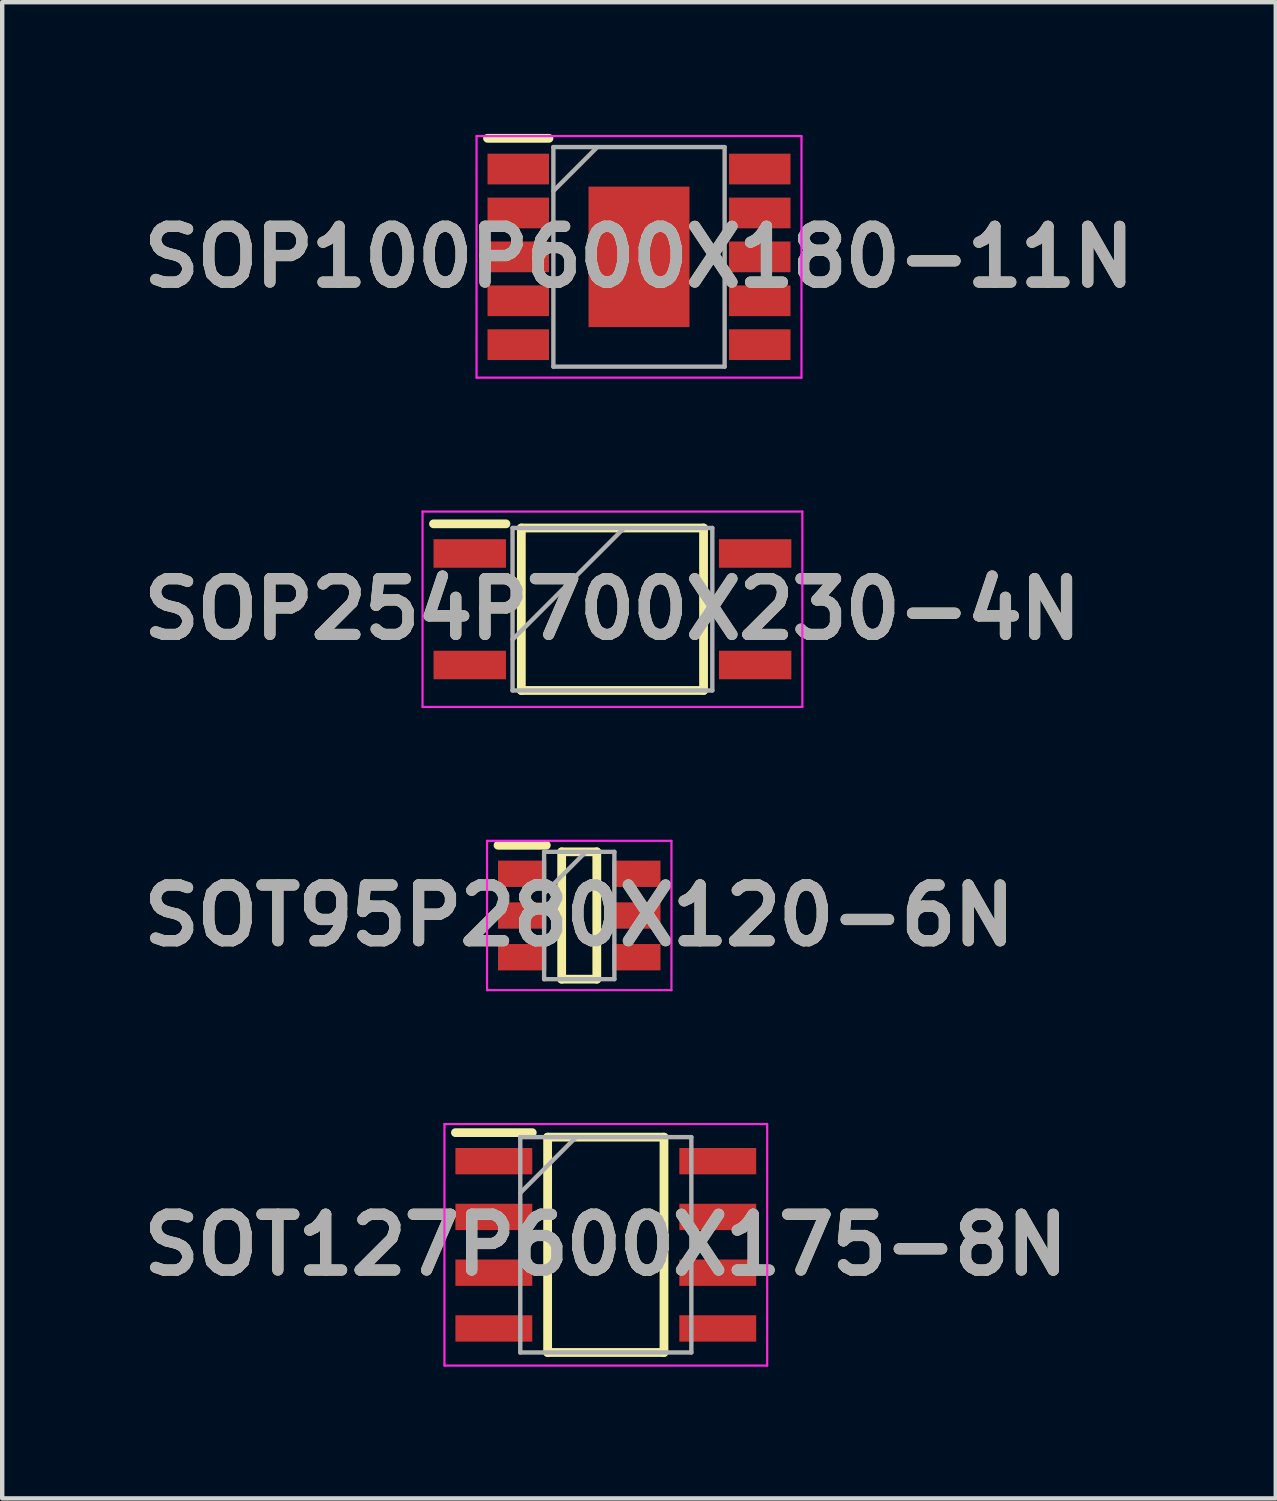
<source format=kicad_pcb>
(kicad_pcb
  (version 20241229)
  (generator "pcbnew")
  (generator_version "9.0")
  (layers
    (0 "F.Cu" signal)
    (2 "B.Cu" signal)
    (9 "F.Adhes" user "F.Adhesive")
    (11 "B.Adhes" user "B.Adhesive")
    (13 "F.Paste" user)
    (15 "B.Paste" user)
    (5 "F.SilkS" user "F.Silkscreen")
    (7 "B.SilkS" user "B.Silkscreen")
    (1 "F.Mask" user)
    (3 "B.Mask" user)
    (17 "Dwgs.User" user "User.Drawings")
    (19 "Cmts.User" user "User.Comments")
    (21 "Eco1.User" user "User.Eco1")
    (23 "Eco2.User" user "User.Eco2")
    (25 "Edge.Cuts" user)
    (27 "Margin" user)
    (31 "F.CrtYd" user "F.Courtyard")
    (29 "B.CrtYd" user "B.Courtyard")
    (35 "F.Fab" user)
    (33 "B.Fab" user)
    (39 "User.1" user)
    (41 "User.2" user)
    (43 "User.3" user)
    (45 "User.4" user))
  (footprint "SOP254P700X230-4N"
    (layer "F.Cu")
    (at 10.898 10.825)
    (property "Reference" "SOP254P700X230-4N" (at 0 0 0) (layer "F.SilkS") (effects (font (size 1.27 1.27) (thickness 0.254))))
    (attr smd)
    (fp_line (start -4.075 -1.945) (end -2.425 -1.945) (stroke (width 0.2) (type solid)) (layer "F.SilkS"))
    (fp_line (start -2.075 -1.85) (end 2.075 -1.85) (stroke (width 0.2) (type solid)) (layer "F.SilkS"))
    (fp_line (start -2.075 1.85) (end -2.075 -1.85) (stroke (width 0.2) (type solid)) (layer "F.SilkS"))
    (fp_line (start 2.075 -1.85) (end 2.075 1.85) (stroke (width 0.2) (type solid)) (layer "F.SilkS"))
    (fp_line (start 2.075 1.85) (end -2.075 1.85) (stroke (width 0.2) (type solid)) (layer "F.SilkS"))
    (fp_line (start -4.325 -2.225) (end 4.325 -2.225) (stroke (width 0.05) (type solid)) (layer "F.CrtYd"))
    (fp_line (start -4.325 2.225) (end -4.325 -2.225) (stroke (width 0.05) (type solid)) (layer "F.CrtYd"))
    (fp_line (start 4.325 -2.225) (end 4.325 2.225) (stroke (width 0.05) (type solid)) (layer "F.CrtYd"))
    (fp_line (start 4.325 2.225) (end -4.325 2.225) (stroke (width 0.05) (type solid)) (layer "F.CrtYd"))
    (fp_line (start -2.275 -1.85) (end 2.275 -1.85) (stroke (width 0.1) (type solid)) (layer "F.Fab"))
    (fp_line (start -2.275 0.69) (end 0.265 -1.85) (stroke (width 0.1) (type solid)) (layer "F.Fab"))
    (fp_line (start -2.275 1.85) (end -2.275 -1.85) (stroke (width 0.1) (type solid)) (layer "F.Fab"))
    (fp_line (start 2.275 -1.85) (end 2.275 1.85) (stroke (width 0.1) (type solid)) (layer "F.Fab"))
    (fp_line (start 2.275 1.85) (end -2.275 1.85) (stroke (width 0.1) (type solid)) (layer "F.Fab"))
    (fp_text user "${REFERENCE}" (at 0 0 0) (layer "F.Fab") (effects (font (size 1.27 1.27) (thickness 0.254))))
    (pad "1" smd rect (at -3.25 -1.27 90) (size 0.65 1.65) (layers "F.Cu" "F.Mask" "F.Paste"))
    (pad "2" smd rect (at -3.25 1.27 90) (size 0.65 1.65) (layers "F.Cu" "F.Mask" "F.Paste"))
    (pad "3" smd rect (at 3.25 1.27 90) (size 0.65 1.65) (layers "F.Cu" "F.Mask" "F.Paste"))
    (pad "4" smd rect (at 3.25 -1.27 90) (size 0.65 1.65) (layers "F.Cu" "F.Mask" "F.Paste")))
  (footprint "SOT95P280X120-6N"
    (layer "F.Cu")
    (at 10.142 17.8)
    (property "Reference" "SOT95P280X120-6N" (at 0 0 0) (layer "F.SilkS") (effects (font (size 1.27 1.27) (thickness 0.254))))
    (attr smd)
    (fp_line (start -1.85 -1.6) (end -0.75 -1.6) (stroke (width 0.2) (type solid)) (layer "F.SilkS"))
    (fp_line (start -0.4 -1.45) (end 0.4 -1.45) (stroke (width 0.2) (type solid)) (layer "F.SilkS"))
    (fp_line (start -0.4 1.45) (end -0.4 -1.45) (stroke (width 0.2) (type solid)) (layer "F.SilkS"))
    (fp_line (start 0.4 -1.45) (end 0.4 1.45) (stroke (width 0.2) (type solid)) (layer "F.SilkS"))
    (fp_line (start 0.4 1.45) (end -0.4 1.45) (stroke (width 0.2) (type solid)) (layer "F.SilkS"))
    (fp_line (start -2.1 -1.7) (end 2.1 -1.7) (stroke (width 0.05) (type solid)) (layer "F.CrtYd"))
    (fp_line (start -2.1 1.7) (end -2.1 -1.7) (stroke (width 0.05) (type solid)) (layer "F.CrtYd"))
    (fp_line (start 2.1 -1.7) (end 2.1 1.7) (stroke (width 0.05) (type solid)) (layer "F.CrtYd"))
    (fp_line (start 2.1 1.7) (end -2.1 1.7) (stroke (width 0.05) (type solid)) (layer "F.CrtYd"))
    (fp_line (start -0.8 -1.45) (end 0.8 -1.45) (stroke (width 0.1) (type solid)) (layer "F.Fab"))
    (fp_line (start -0.8 -0.5) (end 0.15 -1.45) (stroke (width 0.1) (type solid)) (layer "F.Fab"))
    (fp_line (start -0.8 1.45) (end -0.8 -1.45) (stroke (width 0.1) (type solid)) (layer "F.Fab"))
    (fp_line (start 0.8 -1.45) (end 0.8 1.45) (stroke (width 0.1) (type solid)) (layer "F.Fab"))
    (fp_line (start 0.8 1.45) (end -0.8 1.45) (stroke (width 0.1) (type solid)) (layer "F.Fab"))
    (fp_text user "${REFERENCE}" (at 0 0 0) (layer "F.Fab") (effects (font (size 1.27 1.27) (thickness 0.254))))
    (pad "1" smd rect (at -1.3 -0.95 90) (size 0.6 1.1) (layers "F.Cu" "F.Mask" "F.Paste"))
    (pad "2" smd rect (at -1.3 0 90) (size 0.6 1.1) (layers "F.Cu" "F.Mask" "F.Paste"))
    (pad "3" smd rect (at -1.3 0.95 90) (size 0.6 1.1) (layers "F.Cu" "F.Mask" "F.Paste"))
    (pad "4" smd rect (at 1.3 0.95 90) (size 0.6 1.1) (layers "F.Cu" "F.Mask" "F.Paste"))
    (pad "5" smd rect (at 1.3 0 90) (size 0.6 1.1) (layers "F.Cu" "F.Mask" "F.Paste"))
    (pad "6" smd rect (at 1.3 -0.95 90) (size 0.6 1.1) (layers "F.Cu" "F.Mask" "F.Paste")))
  (footprint "SOP100P600X180-11N"
    (layer "F.Cu")
    (at 11.503 2.8)
    (property "Reference" "SOP100P600X180-11N" (at 0 0 0) (layer "F.SilkS") (effects (font (size 1.27 1.27) (thickness 0.254))))
    (attr smd)
    (fp_line (start -3.45 -2.7) (end -2.05 -2.7) (stroke (width 0.2) (type solid)) (layer "F.SilkS"))
    (fp_line (start -3.7 -2.75) (end 3.7 -2.75) (stroke (width 0.05) (type solid)) (layer "F.CrtYd"))
    (fp_line (start -3.7 2.75) (end -3.7 -2.75) (stroke (width 0.05) (type solid)) (layer "F.CrtYd"))
    (fp_line (start 3.7 -2.75) (end 3.7 2.75) (stroke (width 0.05) (type solid)) (layer "F.CrtYd"))
    (fp_line (start 3.7 2.75) (end -3.7 2.75) (stroke (width 0.05) (type solid)) (layer "F.CrtYd"))
    (fp_line (start -1.95 -2.5) (end 1.95 -2.5) (stroke (width 0.1) (type solid)) (layer "F.Fab"))
    (fp_line (start -1.95 -1.5) (end -0.95 -2.5) (stroke (width 0.1) (type solid)) (layer "F.Fab"))
    (fp_line (start -1.95 2.5) (end -1.95 -2.5) (stroke (width 0.1) (type solid)) (layer "F.Fab"))
    (fp_line (start 1.95 -2.5) (end 1.95 2.5) (stroke (width 0.1) (type solid)) (layer "F.Fab"))
    (fp_line (start 1.95 2.5) (end -1.95 2.5) (stroke (width 0.1) (type solid)) (layer "F.Fab"))
    (fp_text user "${REFERENCE}" (at 0 0 0) (layer "F.Fab") (effects (font (size 1.27 1.27) (thickness 0.254))))
    (pad "1" smd rect (at -2.75 -2 90) (size 0.7 1.4) (layers "F.Cu" "F.Mask" "F.Paste"))
    (pad "2" smd rect (at -2.75 -1 90) (size 0.7 1.4) (layers "F.Cu" "F.Mask" "F.Paste"))
    (pad "3" smd rect (at -2.75 0 90) (size 0.7 1.4) (layers "F.Cu" "F.Mask" "F.Paste"))
    (pad "4" smd rect (at -2.75 1 90) (size 0.7 1.4) (layers "F.Cu" "F.Mask" "F.Paste"))
    (pad "5" smd rect (at -2.75 2 90) (size 0.7 1.4) (layers "F.Cu" "F.Mask" "F.Paste"))
    (pad "6" smd rect (at 2.75 2 90) (size 0.7 1.4) (layers "F.Cu" "F.Mask" "F.Paste"))
    (pad "7" smd rect (at 2.75 1 90) (size 0.7 1.4) (layers "F.Cu" "F.Mask" "F.Paste"))
    (pad "8" smd rect (at 2.75 0 90) (size 0.7 1.4) (layers "F.Cu" "F.Mask" "F.Paste"))
    (pad "9" smd rect (at 2.75 -1 90) (size 0.7 1.4) (layers "F.Cu" "F.Mask" "F.Paste"))
    (pad "10" smd rect (at 2.75 -2 90) (size 0.7 1.4) (layers "F.Cu" "F.Mask" "F.Paste"))
    (pad "11" smd rect (at 0 0) (size 2.3 3.2) (layers "F.Cu" "F.Mask" "F.Paste")))
  (footprint "SOT127P600X175-8N"
    (layer "F.Cu")
    (at 10.747 25.3)
    (property "Reference" "SOT127P600X175-8N" (at 0 0 0) (layer "F.SilkS") (effects (font (size 1.27 1.27) (thickness 0.254))))
    (attr smd)
    (fp_line (start -3.425 -2.555) (end -1.675 -2.555) (stroke (width 0.2) (type solid)) (layer "F.SilkS"))
    (fp_line (start -1.325 -2.452) (end 1.325 -2.452) (stroke (width 0.2) (type solid)) (layer "F.SilkS"))
    (fp_line (start -1.325 2.452) (end -1.325 -2.452) (stroke (width 0.2) (type solid)) (layer "F.SilkS"))
    (fp_line (start 1.325 -2.452) (end 1.325 2.452) (stroke (width 0.2) (type solid)) (layer "F.SilkS"))
    (fp_line (start 1.325 2.452) (end -1.325 2.452) (stroke (width 0.2) (type solid)) (layer "F.SilkS"))
    (fp_line (start -3.675 -2.75) (end 3.675 -2.75) (stroke (width 0.05) (type solid)) (layer "F.CrtYd"))
    (fp_line (start -3.675 2.75) (end -3.675 -2.75) (stroke (width 0.05) (type solid)) (layer "F.CrtYd"))
    (fp_line (start 3.675 -2.75) (end 3.675 2.75) (stroke (width 0.05) (type solid)) (layer "F.CrtYd"))
    (fp_line (start 3.675 2.75) (end -3.675 2.75) (stroke (width 0.05) (type solid)) (layer "F.CrtYd"))
    (fp_line (start -1.948 -2.452) (end 1.948 -2.452) (stroke (width 0.1) (type solid)) (layer "F.Fab"))
    (fp_line (start -1.948 -1.182) (end -0.678 -2.452) (stroke (width 0.1) (type solid)) (layer "F.Fab"))
    (fp_line (start -1.948 2.452) (end -1.948 -2.452) (stroke (width 0.1) (type solid)) (layer "F.Fab"))
    (fp_line (start 1.948 -2.452) (end 1.948 2.452) (stroke (width 0.1) (type solid)) (layer "F.Fab"))
    (fp_line (start 1.948 2.452) (end -1.948 2.452) (stroke (width 0.1) (type solid)) (layer "F.Fab"))
    (fp_text user "${REFERENCE}" (at 0 0 0) (layer "F.Fab") (effects (font (size 1.27 1.27) (thickness 0.254))))
    (pad "1" smd rect (at -2.55 -1.905 90) (size 0.6 1.75) (layers "F.Cu" "F.Mask" "F.Paste"))
    (pad "2" smd rect (at -2.55 -0.635 90) (size 0.6 1.75) (layers "F.Cu" "F.Mask" "F.Paste"))
    (pad "3" smd rect (at -2.55 0.635 90) (size 0.6 1.75) (layers "F.Cu" "F.Mask" "F.Paste"))
    (pad "4" smd rect (at -2.55 1.905 90) (size 0.6 1.75) (layers "F.Cu" "F.Mask" "F.Paste"))
    (pad "5" smd rect (at 2.55 1.905 90) (size 0.6 1.75) (layers "F.Cu" "F.Mask" "F.Paste"))
    (pad "6" smd rect (at 2.55 0.635 90) (size 0.6 1.75) (layers "F.Cu" "F.Mask" "F.Paste"))
    (pad "7" smd rect (at 2.55 -0.635 90) (size 0.6 1.75) (layers "F.Cu" "F.Mask" "F.Paste"))
    (pad "8" smd rect (at 2.55 -1.905 90) (size 0.6 1.75) (layers "F.Cu" "F.Mask" "F.Paste")))
  (gr_rect
    (start -3 -3)
    (end 26.005 31.075)
    (stroke (width 0.1) (type default))
    (fill no)
    (layer "Edge.Cuts")))
</source>
